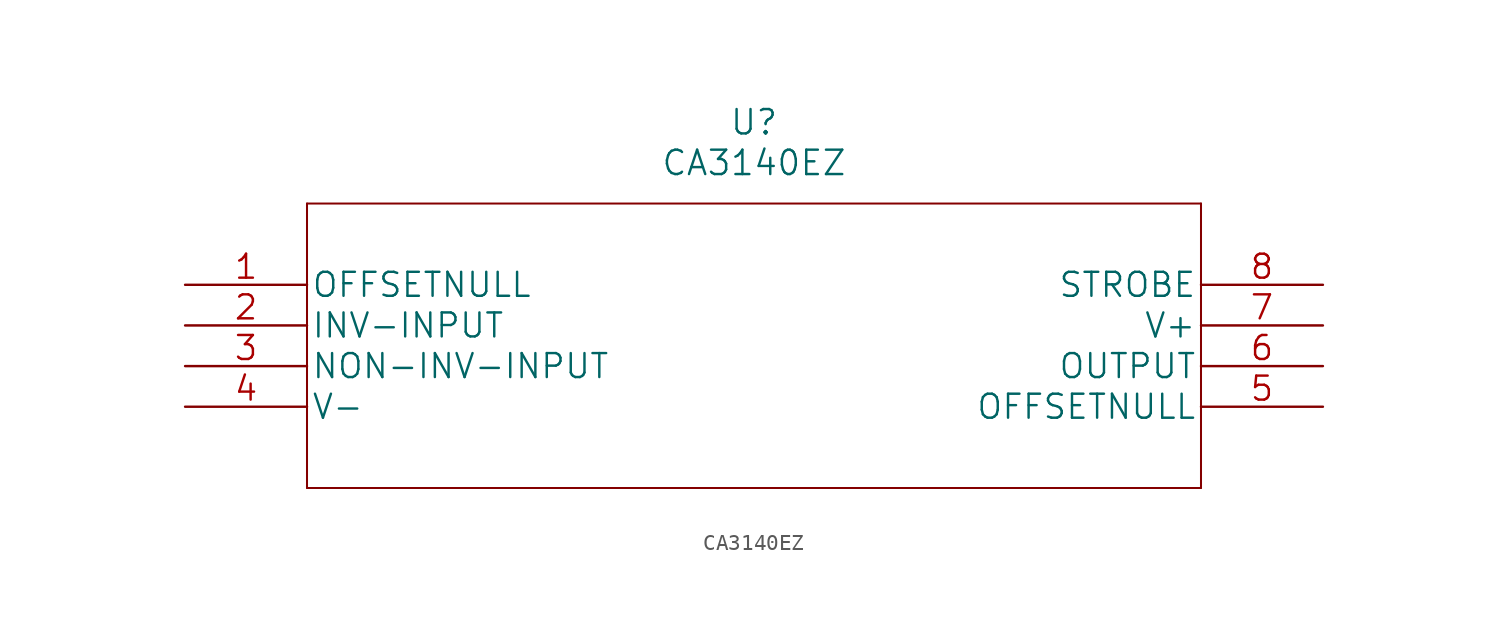
<source format=kicad_sym>
(kicad_symbol_lib
  (version 20211014)
  (generator kicad_symbol_editor)
  (symbol "CA3140EZ"
    (pin_names
      (offset 0.254))
    (property "Reference" "U"
      (at 35.56 10.16 0)
      (effects (font (size 1.524 1.524))))
    (property "Value" "CA3140EZ"
      (at 35.56 7.62 0)
      (effects (font (size 1.524 1.524))))
    (property "Datasheet" ""
      (at 0 0 0)
      (effects (font (size 1.524 1.524))))
    (property "ki_locked" ""
      (at 0 0 0)
      (effects (font (size 1.27 1.27))))
    (symbol "CA3140EZ_1_1"
      (polyline (pts (xy 7.62 -12.7) (xy 63.5 -12.7)) (stroke (width 0.127) (type default) (color 0 0 0 0)) (fill (type none)))
      (polyline (pts (xy 7.62 5.08) (xy 7.62 -12.7)) (stroke (width 0.127) (type default) (color 0 0 0 0)) (fill (type none)))
      (polyline (pts (xy 63.5 -12.7) (xy 63.5 5.08)) (stroke (width 0.127) (type default) (color 0 0 0 0)) (fill (type none)))
      (polyline (pts (xy 63.5 5.08) (xy 7.62 5.08)) (stroke (width 0.127) (type default) (color 0 0 0 0)) (fill (type none)))
      (pin unspecified line (at 0 0 0) (length 7.62) (name "OFFSETNULL" (effects (font (size 1.499 1.499)))) (number "1" (effects (font (size 1.499 1.499)))))
      (pin input line (at 0 -2.54 0) (length 7.62) (name "INV-INPUT" (effects (font (size 1.499 1.499)))) (number "2" (effects (font (size 1.499 1.499)))))
      (pin input line (at 0 -5.08 0) (length 7.62) (name "NON-INV-INPUT" (effects (font (size 1.499 1.499)))) (number "3" (effects (font (size 1.499 1.499)))))
      (pin power_in line (at 0 -7.62 0) (length 7.62) (name "V-" (effects (font (size 1.499 1.499)))) (number "4" (effects (font (size 1.499 1.499)))))
      (pin unspecified line (at 71.12 -7.62 180) (length 7.62) (name "OFFSETNULL" (effects (font (size 1.499 1.499)))) (number "5" (effects (font (size 1.499 1.499)))))
      (pin output line (at 71.12 -5.08 180) (length 7.62) (name "OUTPUT" (effects (font (size 1.499 1.499)))) (number "6" (effects (font (size 1.499 1.499)))))
      (pin power_in line (at 71.12 -2.54 180) (length 7.62) (name "V+" (effects (font (size 1.499 1.499)))) (number "7" (effects (font (size 1.499 1.499)))))
      (pin unspecified line (at 71.12 0 180) (length 7.62) (name "STROBE" (effects (font (size 1.499 1.499)))) (number "8" (effects (font (size 1.499 1.499))))))))
</source>
